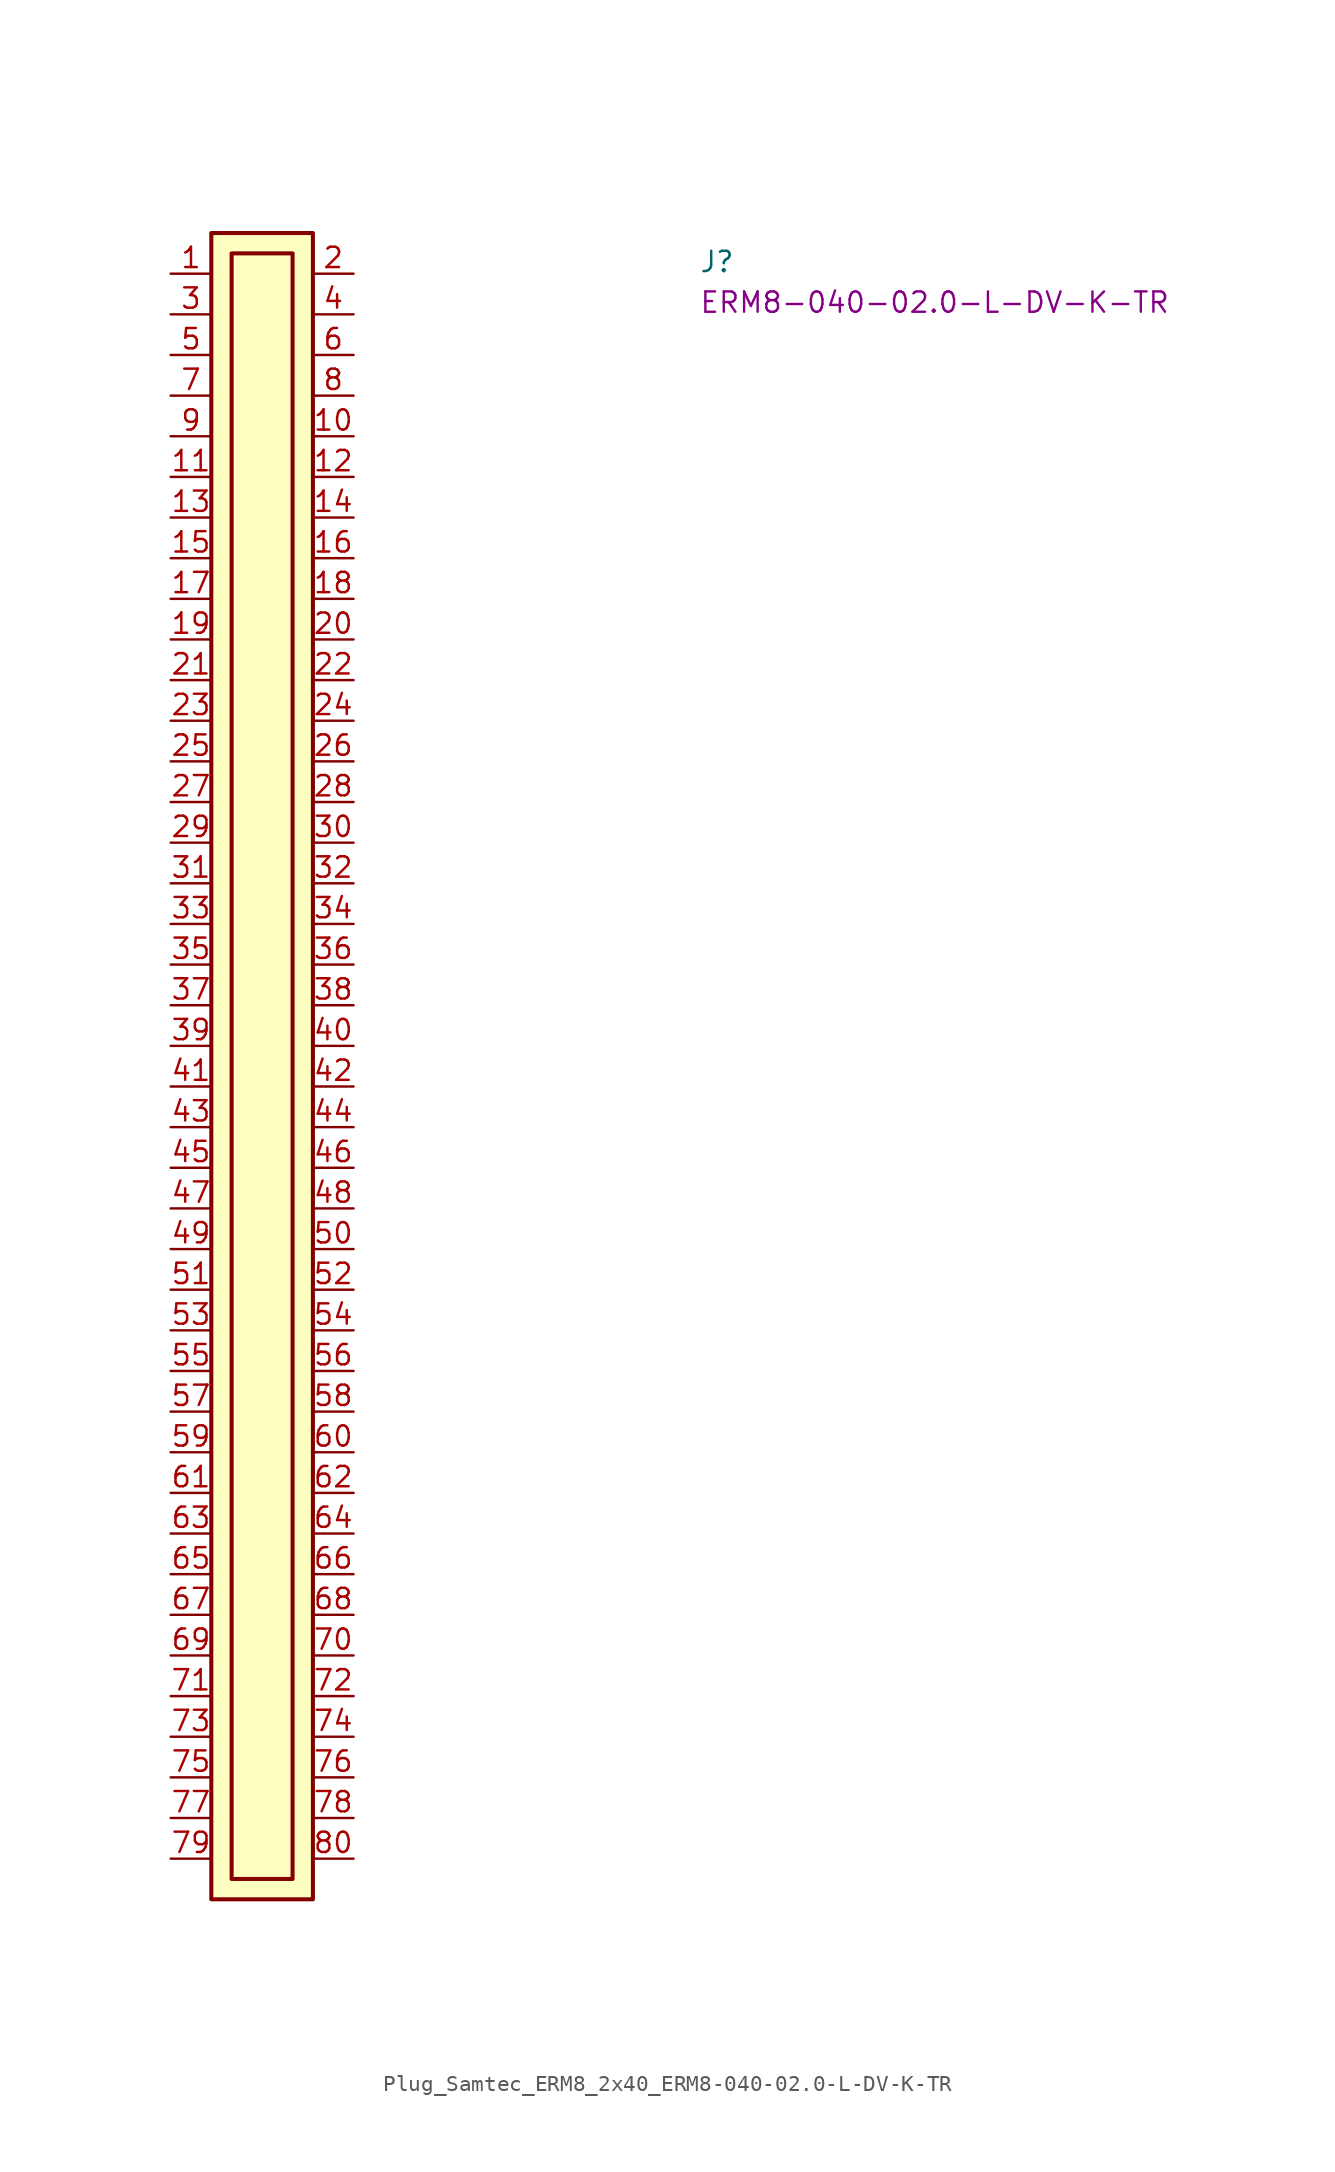
<source format=kicad_sym>
(kicad_symbol_lib
  (version 20220914)
  (generator kicad_symbol_editor)
  (symbol "Plug_Samtec_ERM8_2x40_ERM8-040-02.0-L-DV-K-TR"
    (pin_names hide)
    (property "Reference" "J"
      (at 33.02 0 0)
      (effects (font (size 1.27 1.27) (thickness 0.15)) (justify left bottom)))
    (property "MPN" "ERM8-040-02.0-L-DV-K-TR"
      (at 33.02 -2.54 0)
      (effects (font (size 1.27 1.27) (thickness 0.15)) (justify left bottom)))
    (symbol "Plug_Samtec_ERM8_2x40_ERM8-040-02.0-L-DV-K-TR_1_1"
      (rectangle (start 2.54 2.54) (end 8.89 -101.6) (stroke (width 0.254) (type default)) (fill (type background)))
      (rectangle (start 3.81 1.27) (end 7.62 -100.33) (stroke (width 0.254) (type default)) (fill (type background)))
      (pin passive line (at 0 0 0) (length 2.54) (name "~" (effects (font (size 1.27 1.27)))) (number "1" (effects (font (size 1.27 1.27)))))
      (pin passive line (at 11.43 -10.16 180) (length 2.54) (name "~" (effects (font (size 1.27 1.27)))) (number "10" (effects (font (size 1.27 1.27)))))
      (pin passive line (at 0 -12.7 0) (length 2.54) (name "~" (effects (font (size 1.27 1.27)))) (number "11" (effects (font (size 1.27 1.27)))))
      (pin passive line (at 11.43 -12.7 180) (length 2.54) (name "~" (effects (font (size 1.27 1.27)))) (number "12" (effects (font (size 1.27 1.27)))))
      (pin passive line (at 0 -15.24 0) (length 2.54) (name "~" (effects (font (size 1.27 1.27)))) (number "13" (effects (font (size 1.27 1.27)))))
      (pin passive line (at 11.43 -15.24 180) (length 2.54) (name "~" (effects (font (size 1.27 1.27)))) (number "14" (effects (font (size 1.27 1.27)))))
      (pin passive line (at 0 -17.78 0) (length 2.54) (name "~" (effects (font (size 1.27 1.27)))) (number "15" (effects (font (size 1.27 1.27)))))
      (pin passive line (at 11.43 -17.78 180) (length 2.54) (name "~" (effects (font (size 1.27 1.27)))) (number "16" (effects (font (size 1.27 1.27)))))
      (pin passive line (at 0 -20.32 0) (length 2.54) (name "~" (effects (font (size 1.27 1.27)))) (number "17" (effects (font (size 1.27 1.27)))))
      (pin passive line (at 11.43 -20.32 180) (length 2.54) (name "~" (effects (font (size 1.27 1.27)))) (number "18" (effects (font (size 1.27 1.27)))))
      (pin passive line (at 0 -22.86 0) (length 2.54) (name "~" (effects (font (size 1.27 1.27)))) (number "19" (effects (font (size 1.27 1.27)))))
      (pin passive line (at 11.43 0 180) (length 2.54) (name "~" (effects (font (size 1.27 1.27)))) (number "2" (effects (font (size 1.27 1.27)))))
      (pin passive line (at 11.43 -22.86 180) (length 2.54) (name "~" (effects (font (size 1.27 1.27)))) (number "20" (effects (font (size 1.27 1.27)))))
      (pin passive line (at 0 -25.4 0) (length 2.54) (name "~" (effects (font (size 1.27 1.27)))) (number "21" (effects (font (size 1.27 1.27)))))
      (pin passive line (at 11.43 -25.4 180) (length 2.54) (name "~" (effects (font (size 1.27 1.27)))) (number "22" (effects (font (size 1.27 1.27)))))
      (pin passive line (at 0 -27.94 0) (length 2.54) (name "~" (effects (font (size 1.27 1.27)))) (number "23" (effects (font (size 1.27 1.27)))))
      (pin passive line (at 11.43 -27.94 180) (length 2.54) (name "~" (effects (font (size 1.27 1.27)))) (number "24" (effects (font (size 1.27 1.27)))))
      (pin passive line (at 0 -30.48 0) (length 2.54) (name "~" (effects (font (size 1.27 1.27)))) (number "25" (effects (font (size 1.27 1.27)))))
      (pin passive line (at 11.43 -30.48 180) (length 2.54) (name "~" (effects (font (size 1.27 1.27)))) (number "26" (effects (font (size 1.27 1.27)))))
      (pin passive line (at 0 -33.02 0) (length 2.54) (name "~" (effects (font (size 1.27 1.27)))) (number "27" (effects (font (size 1.27 1.27)))))
      (pin passive line (at 11.43 -33.02 180) (length 2.54) (name "~" (effects (font (size 1.27 1.27)))) (number "28" (effects (font (size 1.27 1.27)))))
      (pin passive line (at 0 -35.56 0) (length 2.54) (name "~" (effects (font (size 1.27 1.27)))) (number "29" (effects (font (size 1.27 1.27)))))
      (pin passive line (at 0 -2.54 0) (length 2.54) (name "~" (effects (font (size 1.27 1.27)))) (number "3" (effects (font (size 1.27 1.27)))))
      (pin passive line (at 11.43 -35.56 180) (length 2.54) (name "~" (effects (font (size 1.27 1.27)))) (number "30" (effects (font (size 1.27 1.27)))))
      (pin passive line (at 0 -38.1 0) (length 2.54) (name "~" (effects (font (size 1.27 1.27)))) (number "31" (effects (font (size 1.27 1.27)))))
      (pin passive line (at 11.43 -38.1 180) (length 2.54) (name "~" (effects (font (size 1.27 1.27)))) (number "32" (effects (font (size 1.27 1.27)))))
      (pin passive line (at 0 -40.64 0) (length 2.54) (name "~" (effects (font (size 1.27 1.27)))) (number "33" (effects (font (size 1.27 1.27)))))
      (pin passive line (at 11.43 -40.64 180) (length 2.54) (name "~" (effects (font (size 1.27 1.27)))) (number "34" (effects (font (size 1.27 1.27)))))
      (pin passive line (at 0 -43.18 0) (length 2.54) (name "~" (effects (font (size 1.27 1.27)))) (number "35" (effects (font (size 1.27 1.27)))))
      (pin passive line (at 11.43 -43.18 180) (length 2.54) (name "~" (effects (font (size 1.27 1.27)))) (number "36" (effects (font (size 1.27 1.27)))))
      (pin passive line (at 0 -45.72 0) (length 2.54) (name "~" (effects (font (size 1.27 1.27)))) (number "37" (effects (font (size 1.27 1.27)))))
      (pin passive line (at 11.43 -45.72 180) (length 2.54) (name "~" (effects (font (size 1.27 1.27)))) (number "38" (effects (font (size 1.27 1.27)))))
      (pin passive line (at 0 -48.26 0) (length 2.54) (name "~" (effects (font (size 1.27 1.27)))) (number "39" (effects (font (size 1.27 1.27)))))
      (pin passive line (at 11.43 -2.54 180) (length 2.54) (name "~" (effects (font (size 1.27 1.27)))) (number "4" (effects (font (size 1.27 1.27)))))
      (pin passive line (at 11.43 -48.26 180) (length 2.54) (name "~" (effects (font (size 1.27 1.27)))) (number "40" (effects (font (size 1.27 1.27)))))
      (pin passive line (at 0 -50.8 0) (length 2.54) (name "~" (effects (font (size 1.27 1.27)))) (number "41" (effects (font (size 1.27 1.27)))))
      (pin passive line (at 11.43 -50.8 180) (length 2.54) (name "~" (effects (font (size 1.27 1.27)))) (number "42" (effects (font (size 1.27 1.27)))))
      (pin passive line (at 0 -53.34 0) (length 2.54) (name "~" (effects (font (size 1.27 1.27)))) (number "43" (effects (font (size 1.27 1.27)))))
      (pin passive line (at 11.43 -53.34 180) (length 2.54) (name "~" (effects (font (size 1.27 1.27)))) (number "44" (effects (font (size 1.27 1.27)))))
      (pin passive line (at 0 -55.88 0) (length 2.54) (name "~" (effects (font (size 1.27 1.27)))) (number "45" (effects (font (size 1.27 1.27)))))
      (pin passive line (at 11.43 -55.88 180) (length 2.54) (name "~" (effects (font (size 1.27 1.27)))) (number "46" (effects (font (size 1.27 1.27)))))
      (pin passive line (at 0 -58.42 0) (length 2.54) (name "~" (effects (font (size 1.27 1.27)))) (number "47" (effects (font (size 1.27 1.27)))))
      (pin passive line (at 11.43 -58.42 180) (length 2.54) (name "~" (effects (font (size 1.27 1.27)))) (number "48" (effects (font (size 1.27 1.27)))))
      (pin passive line (at 0 -60.96 0) (length 2.54) (name "~" (effects (font (size 1.27 1.27)))) (number "49" (effects (font (size 1.27 1.27)))))
      (pin passive line (at 0 -5.08 0) (length 2.54) (name "~" (effects (font (size 1.27 1.27)))) (number "5" (effects (font (size 1.27 1.27)))))
      (pin passive line (at 11.43 -60.96 180) (length 2.54) (name "~" (effects (font (size 1.27 1.27)))) (number "50" (effects (font (size 1.27 1.27)))))
      (pin passive line (at 0 -63.5 0) (length 2.54) (name "~" (effects (font (size 1.27 1.27)))) (number "51" (effects (font (size 1.27 1.27)))))
      (pin passive line (at 11.43 -63.5 180) (length 2.54) (name "~" (effects (font (size 1.27 1.27)))) (number "52" (effects (font (size 1.27 1.27)))))
      (pin passive line (at 0 -66.04 0) (length 2.54) (name "~" (effects (font (size 1.27 1.27)))) (number "53" (effects (font (size 1.27 1.27)))))
      (pin passive line (at 11.43 -66.04 180) (length 2.54) (name "~" (effects (font (size 1.27 1.27)))) (number "54" (effects (font (size 1.27 1.27)))))
      (pin passive line (at 0 -68.58 0) (length 2.54) (name "~" (effects (font (size 1.27 1.27)))) (number "55" (effects (font (size 1.27 1.27)))))
      (pin passive line (at 11.43 -68.58 180) (length 2.54) (name "~" (effects (font (size 1.27 1.27)))) (number "56" (effects (font (size 1.27 1.27)))))
      (pin passive line (at 0 -71.12 0) (length 2.54) (name "~" (effects (font (size 1.27 1.27)))) (number "57" (effects (font (size 1.27 1.27)))))
      (pin passive line (at 11.43 -71.12 180) (length 2.54) (name "~" (effects (font (size 1.27 1.27)))) (number "58" (effects (font (size 1.27 1.27)))))
      (pin passive line (at 0 -73.66 0) (length 2.54) (name "~" (effects (font (size 1.27 1.27)))) (number "59" (effects (font (size 1.27 1.27)))))
      (pin passive line (at 11.43 -5.08 180) (length 2.54) (name "~" (effects (font (size 1.27 1.27)))) (number "6" (effects (font (size 1.27 1.27)))))
      (pin passive line (at 11.43 -73.66 180) (length 2.54) (name "~" (effects (font (size 1.27 1.27)))) (number "60" (effects (font (size 1.27 1.27)))))
      (pin passive line (at 0 -76.2 0) (length 2.54) (name "~" (effects (font (size 1.27 1.27)))) (number "61" (effects (font (size 1.27 1.27)))))
      (pin passive line (at 11.43 -76.2 180) (length 2.54) (name "~" (effects (font (size 1.27 1.27)))) (number "62" (effects (font (size 1.27 1.27)))))
      (pin passive line (at 0 -78.74 0) (length 2.54) (name "~" (effects (font (size 1.27 1.27)))) (number "63" (effects (font (size 1.27 1.27)))))
      (pin passive line (at 11.43 -78.74 180) (length 2.54) (name "~" (effects (font (size 1.27 1.27)))) (number "64" (effects (font (size 1.27 1.27)))))
      (pin passive line (at 0 -81.28 0) (length 2.54) (name "~" (effects (font (size 1.27 1.27)))) (number "65" (effects (font (size 1.27 1.27)))))
      (pin passive line (at 11.43 -81.28 180) (length 2.54) (name "~" (effects (font (size 1.27 1.27)))) (number "66" (effects (font (size 1.27 1.27)))))
      (pin passive line (at 0 -83.82 0) (length 2.54) (name "~" (effects (font (size 1.27 1.27)))) (number "67" (effects (font (size 1.27 1.27)))))
      (pin passive line (at 11.43 -83.82 180) (length 2.54) (name "~" (effects (font (size 1.27 1.27)))) (number "68" (effects (font (size 1.27 1.27)))))
      (pin passive line (at 0 -86.36 0) (length 2.54) (name "~" (effects (font (size 1.27 1.27)))) (number "69" (effects (font (size 1.27 1.27)))))
      (pin passive line (at 0 -7.62 0) (length 2.54) (name "~" (effects (font (size 1.27 1.27)))) (number "7" (effects (font (size 1.27 1.27)))))
      (pin passive line (at 11.43 -86.36 180) (length 2.54) (name "~" (effects (font (size 1.27 1.27)))) (number "70" (effects (font (size 1.27 1.27)))))
      (pin passive line (at 0 -88.9 0) (length 2.54) (name "~" (effects (font (size 1.27 1.27)))) (number "71" (effects (font (size 1.27 1.27)))))
      (pin passive line (at 11.43 -88.9 180) (length 2.54) (name "~" (effects (font (size 1.27 1.27)))) (number "72" (effects (font (size 1.27 1.27)))))
      (pin passive line (at 0 -91.44 0) (length 2.54) (name "~" (effects (font (size 1.27 1.27)))) (number "73" (effects (font (size 1.27 1.27)))))
      (pin passive line (at 11.43 -91.44 180) (length 2.54) (name "~" (effects (font (size 1.27 1.27)))) (number "74" (effects (font (size 1.27 1.27)))))
      (pin passive line (at 0 -93.98 0) (length 2.54) (name "~" (effects (font (size 1.27 1.27)))) (number "75" (effects (font (size 1.27 1.27)))))
      (pin passive line (at 11.43 -93.98 180) (length 2.54) (name "~" (effects (font (size 1.27 1.27)))) (number "76" (effects (font (size 1.27 1.27)))))
      (pin passive line (at 0 -96.52 0) (length 2.54) (name "~" (effects (font (size 1.27 1.27)))) (number "77" (effects (font (size 1.27 1.27)))))
      (pin passive line (at 11.43 -96.52 180) (length 2.54) (name "~" (effects (font (size 1.27 1.27)))) (number "78" (effects (font (size 1.27 1.27)))))
      (pin passive line (at 0 -99.06 0) (length 2.54) (name "~" (effects (font (size 1.27 1.27)))) (number "79" (effects (font (size 1.27 1.27)))))
      (pin passive line (at 11.43 -7.62 180) (length 2.54) (name "~" (effects (font (size 1.27 1.27)))) (number "8" (effects (font (size 1.27 1.27)))))
      (pin passive line (at 11.43 -99.06 180) (length 2.54) (name "~" (effects (font (size 1.27 1.27)))) (number "80" (effects (font (size 1.27 1.27)))))
      (pin passive line (at 0 -10.16 0) (length 2.54) (name "~" (effects (font (size 1.27 1.27)))) (number "9" (effects (font (size 1.27 1.27))))))))
</source>
